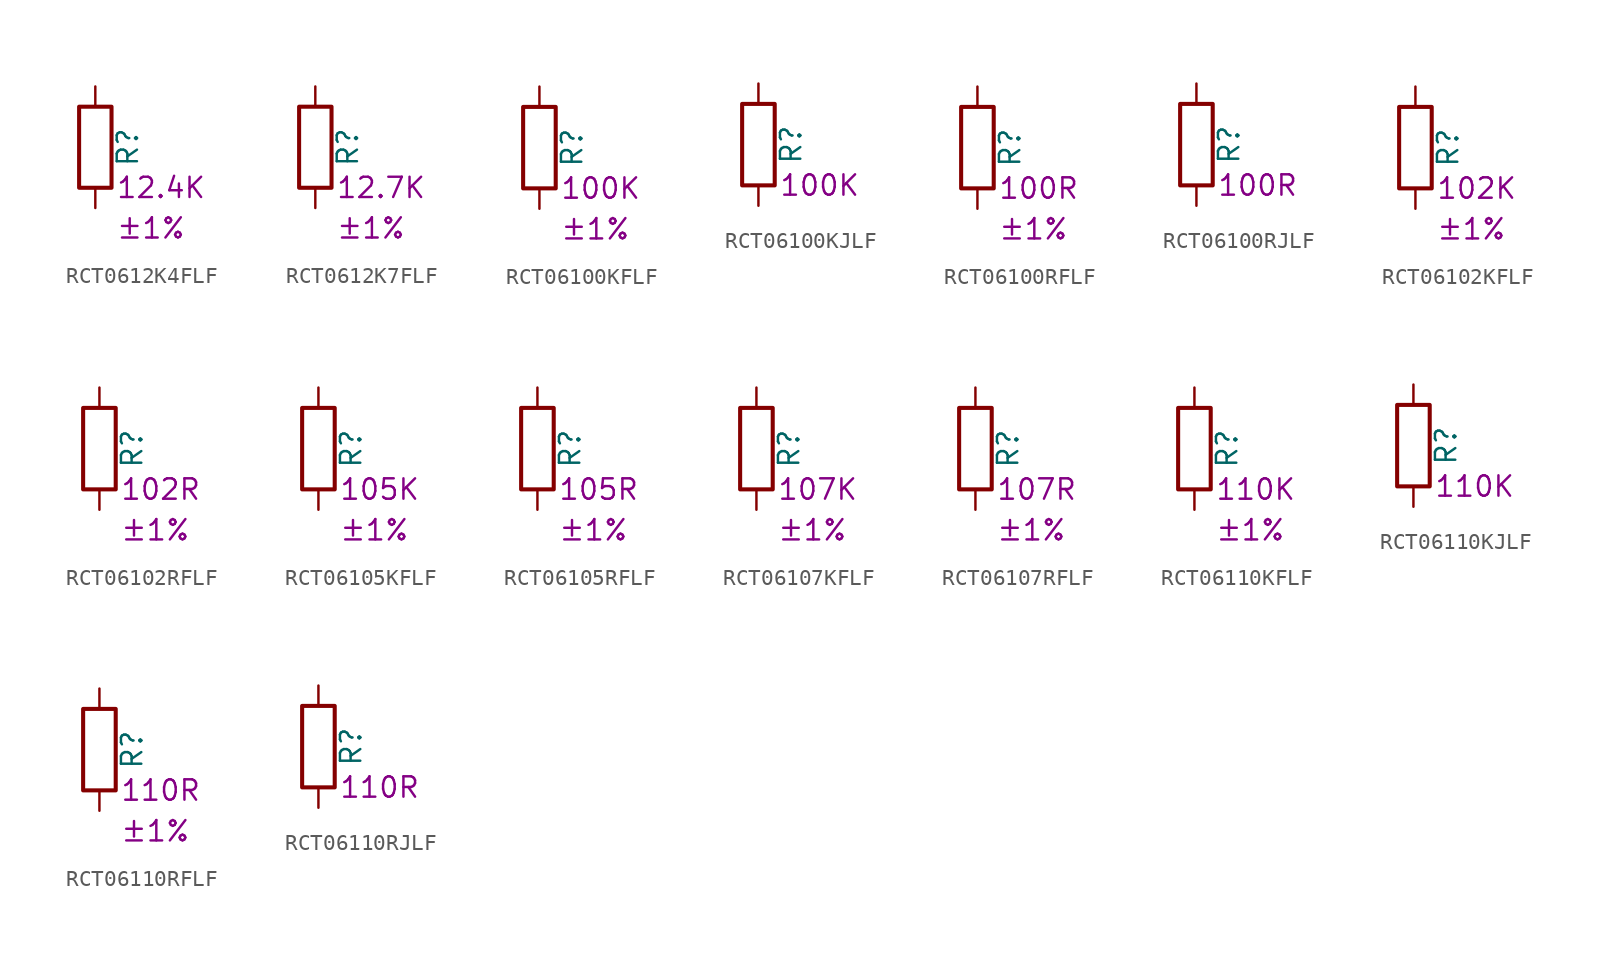
<source format=kicad_sym>
(kicad_symbol_lib
  (version 20220914)
  (generator kicad_symbol_editor)
  (symbol "RCT0612K4FLF"
    (pin_numbers hide)
    (pin_names
      (offset 0))
    (property "Reference" "R"
      (at 2.032 0 90)
      (effects (font (size 1.27 1.27))))
    (property "Resistance" "12.4K"
      (at 1.27 -2.54 0)
      (effects (font (size 1.27 1.27)) (justify left)))
    (property "Tolerance" "±1%"
      (at 1.27 -5.08 0)
      (effects (font (size 1.27 1.27)) (justify left)))
    (symbol "RCT0612K4FLF_0_1"
      (rectangle (start -1.016 -2.54) (end 1.016 2.54) (stroke (width 0.254) (type default)) (fill (type none))))
    (symbol "RCT0612K4FLF_1_1"
      (pin passive line (at 0 3.81 270) (length 1.27) (name "~" (effects (font (size 1.27 1.27)))) (number "1" (effects (font (size 1.27 1.27)))))
      (pin passive line (at 0 -3.81 90) (length 1.27) (name "~" (effects (font (size 1.27 1.27)))) (number "2" (effects (font (size 1.27 1.27)))))))
  (symbol "RCT0612K7FLF"
    (pin_numbers hide)
    (pin_names
      (offset 0))
    (property "Reference" "R"
      (at 2.032 0 90)
      (effects (font (size 1.27 1.27))))
    (property "Resistance" "12.7K"
      (at 1.27 -2.54 0)
      (effects (font (size 1.27 1.27)) (justify left)))
    (property "Tolerance" "±1%"
      (at 1.27 -5.08 0)
      (effects (font (size 1.27 1.27)) (justify left)))
    (symbol "RCT0612K7FLF_0_1"
      (rectangle (start -1.016 -2.54) (end 1.016 2.54) (stroke (width 0.254) (type default)) (fill (type none))))
    (symbol "RCT0612K7FLF_1_1"
      (pin passive line (at 0 3.81 270) (length 1.27) (name "~" (effects (font (size 1.27 1.27)))) (number "1" (effects (font (size 1.27 1.27)))))
      (pin passive line (at 0 -3.81 90) (length 1.27) (name "~" (effects (font (size 1.27 1.27)))) (number "2" (effects (font (size 1.27 1.27)))))))
  (symbol "RCT06100KFLF"
    (pin_numbers hide)
    (pin_names
      (offset 0))
    (property "Reference" "R"
      (at 2.032 0 90)
      (effects (font (size 1.27 1.27))))
    (property "Resistance" "100K"
      (at 1.27 -2.54 0)
      (effects (font (size 1.27 1.27)) (justify left)))
    (property "Tolerance" "±1%"
      (at 1.27 -5.08 0)
      (effects (font (size 1.27 1.27)) (justify left)))
    (symbol "RCT06100KFLF_0_1"
      (rectangle (start -1.016 -2.54) (end 1.016 2.54) (stroke (width 0.254) (type default)) (fill (type none))))
    (symbol "RCT06100KFLF_1_1"
      (pin passive line (at 0 3.81 270) (length 1.27) (name "~" (effects (font (size 1.27 1.27)))) (number "1" (effects (font (size 1.27 1.27)))))
      (pin passive line (at 0 -3.81 90) (length 1.27) (name "~" (effects (font (size 1.27 1.27)))) (number "2" (effects (font (size 1.27 1.27)))))))
  (symbol "RCT06100KJLF"
    (pin_numbers hide)
    (pin_names
      (offset 0))
    (property "Reference" "R"
      (at 2.032 0 90)
      (effects (font (size 1.27 1.27))))
    (property "Resistance" "100K"
      (at 1.27 -2.54 0)
      (effects (font (size 1.27 1.27)) (justify left)))
    (symbol "RCT06100KJLF_0_1"
      (rectangle (start -1.016 -2.54) (end 1.016 2.54) (stroke (width 0.254) (type default)) (fill (type none))))
    (symbol "RCT06100KJLF_1_1"
      (pin passive line (at 0 3.81 270) (length 1.27) (name "~" (effects (font (size 1.27 1.27)))) (number "1" (effects (font (size 1.27 1.27)))))
      (pin passive line (at 0 -3.81 90) (length 1.27) (name "~" (effects (font (size 1.27 1.27)))) (number "2" (effects (font (size 1.27 1.27)))))))
  (symbol "RCT06100RFLF"
    (pin_numbers hide)
    (pin_names
      (offset 0))
    (property "Reference" "R"
      (at 2.032 0 90)
      (effects (font (size 1.27 1.27))))
    (property "Resistance" "100R"
      (at 1.27 -2.54 0)
      (effects (font (size 1.27 1.27)) (justify left)))
    (property "Tolerance" "±1%"
      (at 1.27 -5.08 0)
      (effects (font (size 1.27 1.27)) (justify left)))
    (symbol "RCT06100RFLF_0_1"
      (rectangle (start -1.016 -2.54) (end 1.016 2.54) (stroke (width 0.254) (type default)) (fill (type none))))
    (symbol "RCT06100RFLF_1_1"
      (pin passive line (at 0 3.81 270) (length 1.27) (name "~" (effects (font (size 1.27 1.27)))) (number "1" (effects (font (size 1.27 1.27)))))
      (pin passive line (at 0 -3.81 90) (length 1.27) (name "~" (effects (font (size 1.27 1.27)))) (number "2" (effects (font (size 1.27 1.27)))))))
  (symbol "RCT06100RJLF"
    (pin_numbers hide)
    (pin_names
      (offset 0))
    (property "Reference" "R"
      (at 2.032 0 90)
      (effects (font (size 1.27 1.27))))
    (property "Resistance" "100R"
      (at 1.27 -2.54 0)
      (effects (font (size 1.27 1.27)) (justify left)))
    (symbol "RCT06100RJLF_0_1"
      (rectangle (start -1.016 -2.54) (end 1.016 2.54) (stroke (width 0.254) (type default)) (fill (type none))))
    (symbol "RCT06100RJLF_1_1"
      (pin passive line (at 0 3.81 270) (length 1.27) (name "~" (effects (font (size 1.27 1.27)))) (number "1" (effects (font (size 1.27 1.27)))))
      (pin passive line (at 0 -3.81 90) (length 1.27) (name "~" (effects (font (size 1.27 1.27)))) (number "2" (effects (font (size 1.27 1.27)))))))
  (symbol "RCT06102KFLF"
    (pin_numbers hide)
    (pin_names
      (offset 0))
    (property "Reference" "R"
      (at 2.032 0 90)
      (effects (font (size 1.27 1.27))))
    (property "Resistance" "102K"
      (at 1.27 -2.54 0)
      (effects (font (size 1.27 1.27)) (justify left)))
    (property "Tolerance" "±1%"
      (at 1.27 -5.08 0)
      (effects (font (size 1.27 1.27)) (justify left)))
    (symbol "RCT06102KFLF_0_1"
      (rectangle (start -1.016 -2.54) (end 1.016 2.54) (stroke (width 0.254) (type default)) (fill (type none))))
    (symbol "RCT06102KFLF_1_1"
      (pin passive line (at 0 3.81 270) (length 1.27) (name "~" (effects (font (size 1.27 1.27)))) (number "1" (effects (font (size 1.27 1.27)))))
      (pin passive line (at 0 -3.81 90) (length 1.27) (name "~" (effects (font (size 1.27 1.27)))) (number "2" (effects (font (size 1.27 1.27)))))))
  (symbol "RCT06102RFLF"
    (pin_numbers hide)
    (pin_names
      (offset 0))
    (property "Reference" "R"
      (at 2.032 0 90)
      (effects (font (size 1.27 1.27))))
    (property "Resistance" "102R"
      (at 1.27 -2.54 0)
      (effects (font (size 1.27 1.27)) (justify left)))
    (property "Tolerance" "±1%"
      (at 1.27 -5.08 0)
      (effects (font (size 1.27 1.27)) (justify left)))
    (symbol "RCT06102RFLF_0_1"
      (rectangle (start -1.016 -2.54) (end 1.016 2.54) (stroke (width 0.254) (type default)) (fill (type none))))
    (symbol "RCT06102RFLF_1_1"
      (pin passive line (at 0 3.81 270) (length 1.27) (name "~" (effects (font (size 1.27 1.27)))) (number "1" (effects (font (size 1.27 1.27)))))
      (pin passive line (at 0 -3.81 90) (length 1.27) (name "~" (effects (font (size 1.27 1.27)))) (number "2" (effects (font (size 1.27 1.27)))))))
  (symbol "RCT06105KFLF"
    (pin_numbers hide)
    (pin_names
      (offset 0))
    (property "Reference" "R"
      (at 2.032 0 90)
      (effects (font (size 1.27 1.27))))
    (property "Resistance" "105K"
      (at 1.27 -2.54 0)
      (effects (font (size 1.27 1.27)) (justify left)))
    (property "Tolerance" "±1%"
      (at 1.27 -5.08 0)
      (effects (font (size 1.27 1.27)) (justify left)))
    (symbol "RCT06105KFLF_0_1"
      (rectangle (start -1.016 -2.54) (end 1.016 2.54) (stroke (width 0.254) (type default)) (fill (type none))))
    (symbol "RCT06105KFLF_1_1"
      (pin passive line (at 0 3.81 270) (length 1.27) (name "~" (effects (font (size 1.27 1.27)))) (number "1" (effects (font (size 1.27 1.27)))))
      (pin passive line (at 0 -3.81 90) (length 1.27) (name "~" (effects (font (size 1.27 1.27)))) (number "2" (effects (font (size 1.27 1.27)))))))
  (symbol "RCT06105RFLF"
    (pin_numbers hide)
    (pin_names
      (offset 0))
    (property "Reference" "R"
      (at 2.032 0 90)
      (effects (font (size 1.27 1.27))))
    (property "Resistance" "105R"
      (at 1.27 -2.54 0)
      (effects (font (size 1.27 1.27)) (justify left)))
    (property "Tolerance" "±1%"
      (at 1.27 -5.08 0)
      (effects (font (size 1.27 1.27)) (justify left)))
    (symbol "RCT06105RFLF_0_1"
      (rectangle (start -1.016 -2.54) (end 1.016 2.54) (stroke (width 0.254) (type default)) (fill (type none))))
    (symbol "RCT06105RFLF_1_1"
      (pin passive line (at 0 3.81 270) (length 1.27) (name "~" (effects (font (size 1.27 1.27)))) (number "1" (effects (font (size 1.27 1.27)))))
      (pin passive line (at 0 -3.81 90) (length 1.27) (name "~" (effects (font (size 1.27 1.27)))) (number "2" (effects (font (size 1.27 1.27)))))))
  (symbol "RCT06107KFLF"
    (pin_numbers hide)
    (pin_names
      (offset 0))
    (property "Reference" "R"
      (at 2.032 0 90)
      (effects (font (size 1.27 1.27))))
    (property "Resistance" "107K"
      (at 1.27 -2.54 0)
      (effects (font (size 1.27 1.27)) (justify left)))
    (property "Tolerance" "±1%"
      (at 1.27 -5.08 0)
      (effects (font (size 1.27 1.27)) (justify left)))
    (symbol "RCT06107KFLF_0_1"
      (rectangle (start -1.016 -2.54) (end 1.016 2.54) (stroke (width 0.254) (type default)) (fill (type none))))
    (symbol "RCT06107KFLF_1_1"
      (pin passive line (at 0 3.81 270) (length 1.27) (name "~" (effects (font (size 1.27 1.27)))) (number "1" (effects (font (size 1.27 1.27)))))
      (pin passive line (at 0 -3.81 90) (length 1.27) (name "~" (effects (font (size 1.27 1.27)))) (number "2" (effects (font (size 1.27 1.27)))))))
  (symbol "RCT06107RFLF"
    (pin_numbers hide)
    (pin_names
      (offset 0))
    (property "Reference" "R"
      (at 2.032 0 90)
      (effects (font (size 1.27 1.27))))
    (property "Resistance" "107R"
      (at 1.27 -2.54 0)
      (effects (font (size 1.27 1.27)) (justify left)))
    (property "Tolerance" "±1%"
      (at 1.27 -5.08 0)
      (effects (font (size 1.27 1.27)) (justify left)))
    (symbol "RCT06107RFLF_0_1"
      (rectangle (start -1.016 -2.54) (end 1.016 2.54) (stroke (width 0.254) (type default)) (fill (type none))))
    (symbol "RCT06107RFLF_1_1"
      (pin passive line (at 0 3.81 270) (length 1.27) (name "~" (effects (font (size 1.27 1.27)))) (number "1" (effects (font (size 1.27 1.27)))))
      (pin passive line (at 0 -3.81 90) (length 1.27) (name "~" (effects (font (size 1.27 1.27)))) (number "2" (effects (font (size 1.27 1.27)))))))
  (symbol "RCT06110KFLF"
    (pin_numbers hide)
    (pin_names
      (offset 0))
    (property "Reference" "R"
      (at 2.032 0 90)
      (effects (font (size 1.27 1.27))))
    (property "Resistance" "110K"
      (at 1.27 -2.54 0)
      (effects (font (size 1.27 1.27)) (justify left)))
    (property "Tolerance" "±1%"
      (at 1.27 -5.08 0)
      (effects (font (size 1.27 1.27)) (justify left)))
    (symbol "RCT06110KFLF_0_1"
      (rectangle (start -1.016 -2.54) (end 1.016 2.54) (stroke (width 0.254) (type default)) (fill (type none))))
    (symbol "RCT06110KFLF_1_1"
      (pin passive line (at 0 3.81 270) (length 1.27) (name "~" (effects (font (size 1.27 1.27)))) (number "1" (effects (font (size 1.27 1.27)))))
      (pin passive line (at 0 -3.81 90) (length 1.27) (name "~" (effects (font (size 1.27 1.27)))) (number "2" (effects (font (size 1.27 1.27)))))))
  (symbol "RCT06110KJLF"
    (pin_numbers hide)
    (pin_names
      (offset 0))
    (property "Reference" "R"
      (at 2.032 0 90)
      (effects (font (size 1.27 1.27))))
    (property "Resistance" "110K"
      (at 1.27 -2.54 0)
      (effects (font (size 1.27 1.27)) (justify left)))
    (symbol "RCT06110KJLF_0_1"
      (rectangle (start -1.016 -2.54) (end 1.016 2.54) (stroke (width 0.254) (type default)) (fill (type none))))
    (symbol "RCT06110KJLF_1_1"
      (pin passive line (at 0 3.81 270) (length 1.27) (name "~" (effects (font (size 1.27 1.27)))) (number "1" (effects (font (size 1.27 1.27)))))
      (pin passive line (at 0 -3.81 90) (length 1.27) (name "~" (effects (font (size 1.27 1.27)))) (number "2" (effects (font (size 1.27 1.27)))))))
  (symbol "RCT06110RFLF"
    (pin_numbers hide)
    (pin_names
      (offset 0))
    (property "Reference" "R"
      (at 2.032 0 90)
      (effects (font (size 1.27 1.27))))
    (property "Resistance" "110R"
      (at 1.27 -2.54 0)
      (effects (font (size 1.27 1.27)) (justify left)))
    (property "Tolerance" "±1%"
      (at 1.27 -5.08 0)
      (effects (font (size 1.27 1.27)) (justify left)))
    (symbol "RCT06110RFLF_0_1"
      (rectangle (start -1.016 -2.54) (end 1.016 2.54) (stroke (width 0.254) (type default)) (fill (type none))))
    (symbol "RCT06110RFLF_1_1"
      (pin passive line (at 0 3.81 270) (length 1.27) (name "~" (effects (font (size 1.27 1.27)))) (number "1" (effects (font (size 1.27 1.27)))))
      (pin passive line (at 0 -3.81 90) (length 1.27) (name "~" (effects (font (size 1.27 1.27)))) (number "2" (effects (font (size 1.27 1.27)))))))
  (symbol "RCT06110RJLF"
    (pin_numbers hide)
    (pin_names
      (offset 0))
    (property "Reference" "R"
      (at 2.032 0 90)
      (effects (font (size 1.27 1.27))))
    (property "Resistance" "110R"
      (at 1.27 -2.54 0)
      (effects (font (size 1.27 1.27)) (justify left)))
    (symbol "RCT06110RJLF_0_1"
      (rectangle (start -1.016 -2.54) (end 1.016 2.54) (stroke (width 0.254) (type default)) (fill (type none))))
    (symbol "RCT06110RJLF_1_1"
      (pin passive line (at 0 3.81 270) (length 1.27) (name "~" (effects (font (size 1.27 1.27)))) (number "1" (effects (font (size 1.27 1.27)))))
      (pin passive line (at 0 -3.81 90) (length 1.27) (name "~" (effects (font (size 1.27 1.27)))) (number "2" (effects (font (size 1.27 1.27))))))))
</source>
